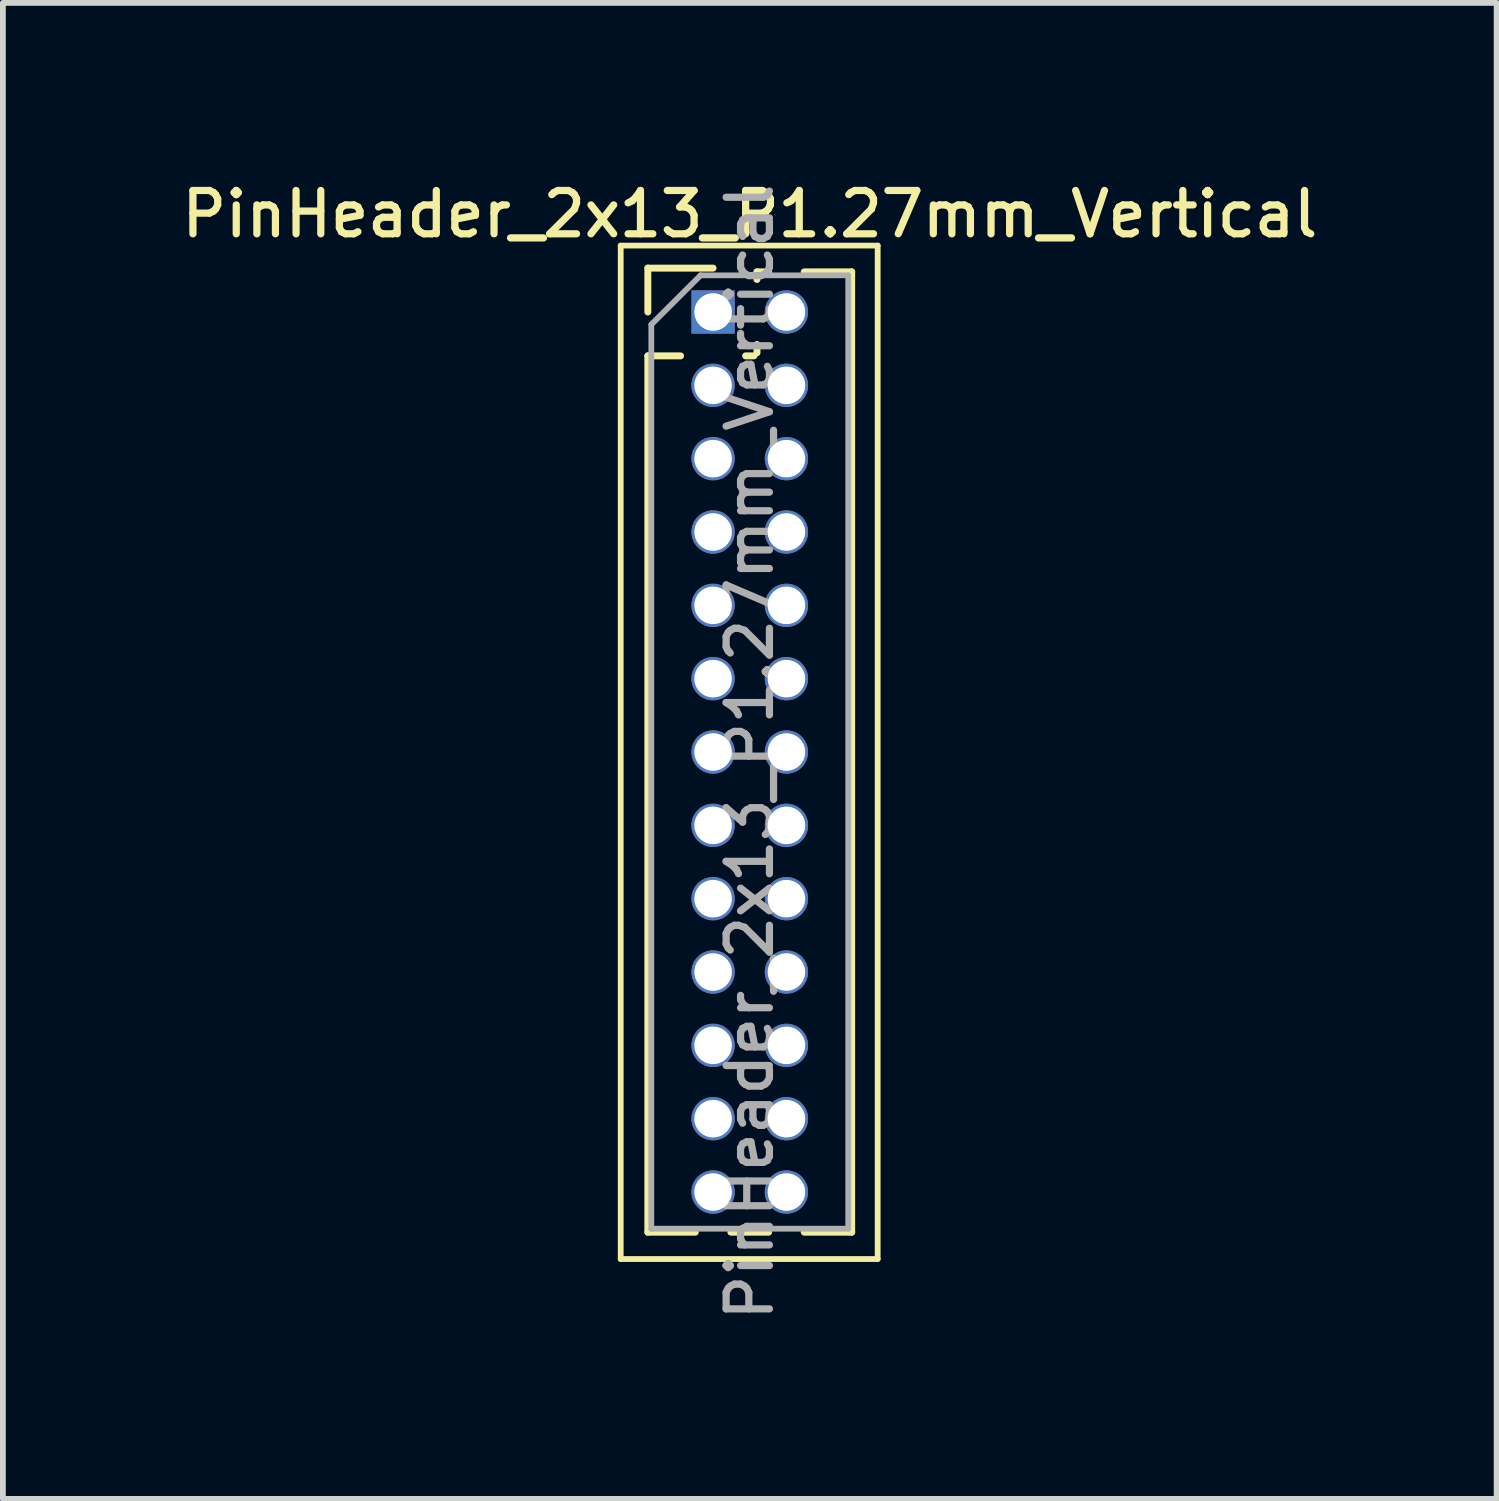
<source format=kicad_pcb>
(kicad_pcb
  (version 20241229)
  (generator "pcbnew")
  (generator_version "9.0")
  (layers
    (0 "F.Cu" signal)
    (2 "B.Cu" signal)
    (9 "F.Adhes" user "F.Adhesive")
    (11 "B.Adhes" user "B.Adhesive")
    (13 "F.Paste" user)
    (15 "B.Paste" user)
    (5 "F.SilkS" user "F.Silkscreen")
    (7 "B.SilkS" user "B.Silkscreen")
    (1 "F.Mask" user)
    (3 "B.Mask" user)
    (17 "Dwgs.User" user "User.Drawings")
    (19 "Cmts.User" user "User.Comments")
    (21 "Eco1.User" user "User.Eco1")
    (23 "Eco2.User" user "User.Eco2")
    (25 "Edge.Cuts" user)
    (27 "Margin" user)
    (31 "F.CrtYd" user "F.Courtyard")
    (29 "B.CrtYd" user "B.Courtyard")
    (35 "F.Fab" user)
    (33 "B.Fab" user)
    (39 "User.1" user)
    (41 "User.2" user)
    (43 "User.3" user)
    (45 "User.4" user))
  (footprint "PinHeader_2x13_P1.27mm_Vertical"
    (layer "F.Cu")
    (at 9.299 2.353)
    (property "Reference" "PinHeader_2x13_P1.27mm_Vertical" (at 0.635 -1.695 0) (layer "F.SilkS") (effects (font (size 0.75 0.75) (thickness 0.125))))
    (attr through_hole)
    (fp_line (start -1.6 -1.15) (end -1.6 16.4) (stroke (width 0.1) (type solid)) (layer "F.SilkS"))
    (fp_line (start -1.6 16.4) (end 2.85 16.4) (stroke (width 0.1) (type solid)) (layer "F.SilkS"))
    (fp_line (start -1.13 -0.76) (end 0 -0.76) (stroke (width 0.12) (type solid)) (layer "F.SilkS"))
    (fp_line (start -1.13 0) (end -1.13 -0.76) (stroke (width 0.12) (type solid)) (layer "F.SilkS"))
    (fp_line (start -1.13 0.76) (end -1.13 15.935) (stroke (width 0.12) (type solid)) (layer "F.SilkS"))
    (fp_line (start -1.13 0.76) (end -0.563 0.76) (stroke (width 0.12) (type solid)) (layer "F.SilkS"))
    (fp_line (start -1.13 15.935) (end -0.308 15.935) (stroke (width 0.12) (type solid)) (layer "F.SilkS"))
    (fp_line (start 0.308 15.935) (end 0.962 15.935) (stroke (width 0.12) (type solid)) (layer "F.SilkS"))
    (fp_line (start 0.563 0.76) (end 0.707 0.76) (stroke (width 0.12) (type solid)) (layer "F.SilkS"))
    (fp_line (start 0.76 -0.695) (end 0.962 -0.695) (stroke (width 0.12) (type solid)) (layer "F.SilkS"))
    (fp_line (start 0.76 -0.563) (end 0.76 -0.695) (stroke (width 0.12) (type solid)) (layer "F.SilkS"))
    (fp_line (start 0.76 0.707) (end 0.76 0.563) (stroke (width 0.12) (type solid)) (layer "F.SilkS"))
    (fp_line (start 1.578 -0.695) (end 2.4 -0.695) (stroke (width 0.12) (type solid)) (layer "F.SilkS"))
    (fp_line (start 1.578 15.935) (end 2.4 15.935) (stroke (width 0.12) (type solid)) (layer "F.SilkS"))
    (fp_line (start 2.4 -0.695) (end 2.4 15.935) (stroke (width 0.12) (type solid)) (layer "F.SilkS"))
    (fp_line (start 2.85 -1.15) (end -1.6 -1.15) (stroke (width 0.1) (type solid)) (layer "F.SilkS"))
    (fp_line (start 2.85 16.4) (end 2.85 -1.15) (stroke (width 0.1) (type solid)) (layer "F.SilkS"))
    (fp_line (start -1.07 0.217) (end -0.217 -0.635) (stroke (width 0.1) (type solid)) (layer "F.Fab"))
    (fp_line (start -1.07 15.875) (end -1.07 0.217) (stroke (width 0.1) (type solid)) (layer "F.Fab"))
    (fp_line (start -0.217 -0.635) (end 2.34 -0.635) (stroke (width 0.1) (type solid)) (layer "F.Fab"))
    (fp_line (start 2.34 -0.635) (end 2.34 15.875) (stroke (width 0.1) (type solid)) (layer "F.Fab"))
    (fp_line (start 2.34 15.875) (end -1.07 15.875) (stroke (width 0.1) (type solid)) (layer "F.Fab"))
    (fp_text user "${REFERENCE}" (at 0.635 7.62 90) (layer "F.Fab") (effects (font (size 0.75 0.75) (thickness 0.125))))
    (pad "1" thru_hole rect (at 0 0) (size 0.75 0.75) (drill 0.65) (layers "*.Cu" "*.Mask"))
    (pad "2" thru_hole oval (at 1.27 0) (size 0.75 0.75) (drill 0.65) (layers "*.Cu" "*.Mask"))
    (pad "3" thru_hole oval (at 0 1.27) (size 0.75 0.75) (drill 0.65) (layers "*.Cu" "*.Mask"))
    (pad "4" thru_hole oval (at 1.27 1.27) (size 0.75 0.75) (drill 0.65) (layers "*.Cu" "*.Mask"))
    (pad "5" thru_hole oval (at 0 2.54) (size 0.75 0.75) (drill 0.65) (layers "*.Cu" "*.Mask"))
    (pad "6" thru_hole oval (at 1.27 2.54) (size 0.75 0.75) (drill 0.65) (layers "*.Cu" "*.Mask"))
    (pad "7" thru_hole oval (at 0 3.81) (size 0.75 0.75) (drill 0.65) (layers "*.Cu" "*.Mask"))
    (pad "8" thru_hole oval (at 1.27 3.81) (size 0.75 0.75) (drill 0.65) (layers "*.Cu" "*.Mask"))
    (pad "9" thru_hole oval (at 0 5.08) (size 0.75 0.75) (drill 0.65) (layers "*.Cu" "*.Mask"))
    (pad "10" thru_hole oval (at 1.27 5.08) (size 0.75 0.75) (drill 0.65) (layers "*.Cu" "*.Mask"))
    (pad "11" thru_hole oval (at 0 6.35) (size 0.75 0.75) (drill 0.65) (layers "*.Cu" "*.Mask"))
    (pad "12" thru_hole oval (at 1.27 6.35) (size 0.75 0.75) (drill 0.65) (layers "*.Cu" "*.Mask"))
    (pad "13" thru_hole oval (at 0 7.62) (size 0.75 0.75) (drill 0.65) (layers "*.Cu" "*.Mask"))
    (pad "14" thru_hole oval (at 1.27 7.62) (size 0.75 0.75) (drill 0.65) (layers "*.Cu" "*.Mask"))
    (pad "15" thru_hole oval (at 0 8.89) (size 0.75 0.75) (drill 0.65) (layers "*.Cu" "*.Mask"))
    (pad "16" thru_hole oval (at 1.27 8.89) (size 0.75 0.75) (drill 0.65) (layers "*.Cu" "*.Mask"))
    (pad "17" thru_hole oval (at 0 10.16) (size 0.75 0.75) (drill 0.65) (layers "*.Cu" "*.Mask"))
    (pad "18" thru_hole oval (at 1.27 10.16) (size 0.75 0.75) (drill 0.65) (layers "*.Cu" "*.Mask"))
    (pad "19" thru_hole oval (at 0 11.43) (size 0.75 0.75) (drill 0.65) (layers "*.Cu" "*.Mask"))
    (pad "20" thru_hole oval (at 1.27 11.43) (size 0.75 0.75) (drill 0.65) (layers "*.Cu" "*.Mask"))
    (pad "21" thru_hole oval (at 0 12.7) (size 0.75 0.75) (drill 0.65) (layers "*.Cu" "*.Mask"))
    (pad "22" thru_hole oval (at 1.27 12.7) (size 0.75 0.75) (drill 0.65) (layers "*.Cu" "*.Mask"))
    (pad "23" thru_hole oval (at 0 13.97) (size 0.75 0.75) (drill 0.65) (layers "*.Cu" "*.Mask"))
    (pad "24" thru_hole oval (at 1.27 13.97) (size 0.75 0.75) (drill 0.65) (layers "*.Cu" "*.Mask"))
    (pad "25" thru_hole oval (at 0 15.24) (size 0.75 0.75) (drill 0.65) (layers "*.Cu" "*.Mask"))
    (pad "26" thru_hole oval (at 1.27 15.24) (size 0.75 0.75) (drill 0.65) (layers "*.Cu" "*.Mask")))
  (gr_rect
    (start -3 -3)
    (end 22.868 22.907)
    (stroke (width 0.1) (type default))
    (fill no)
    (layer "Edge.Cuts")))
</source>
